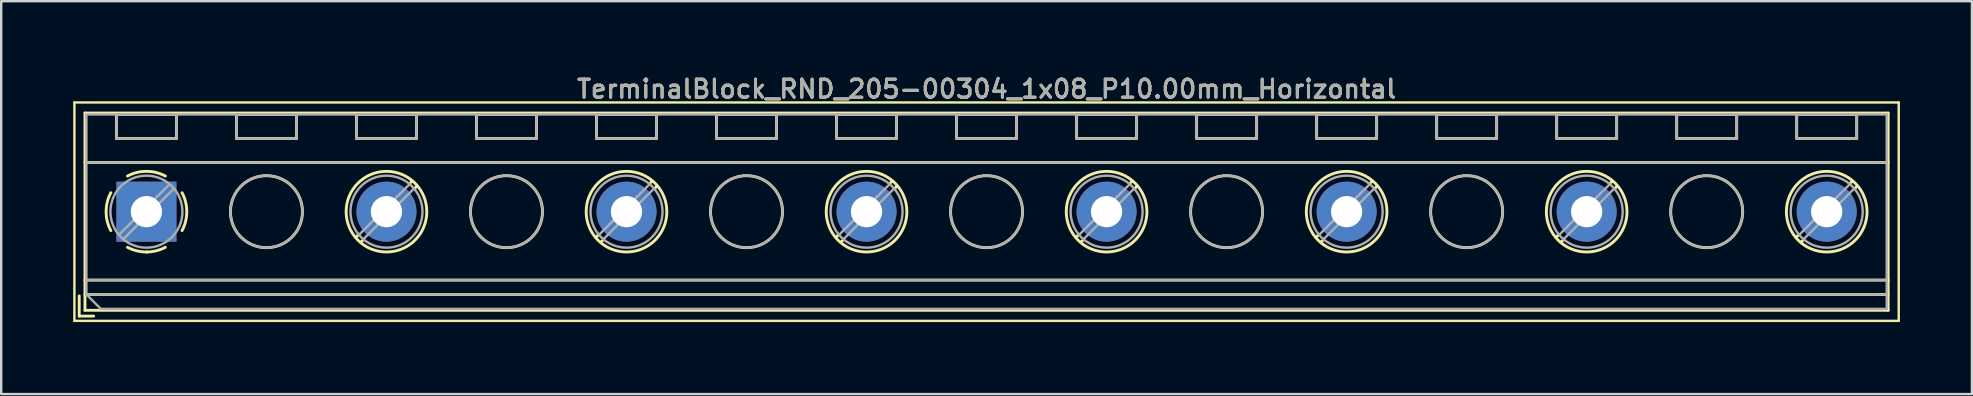
<source format=kicad_pcb>
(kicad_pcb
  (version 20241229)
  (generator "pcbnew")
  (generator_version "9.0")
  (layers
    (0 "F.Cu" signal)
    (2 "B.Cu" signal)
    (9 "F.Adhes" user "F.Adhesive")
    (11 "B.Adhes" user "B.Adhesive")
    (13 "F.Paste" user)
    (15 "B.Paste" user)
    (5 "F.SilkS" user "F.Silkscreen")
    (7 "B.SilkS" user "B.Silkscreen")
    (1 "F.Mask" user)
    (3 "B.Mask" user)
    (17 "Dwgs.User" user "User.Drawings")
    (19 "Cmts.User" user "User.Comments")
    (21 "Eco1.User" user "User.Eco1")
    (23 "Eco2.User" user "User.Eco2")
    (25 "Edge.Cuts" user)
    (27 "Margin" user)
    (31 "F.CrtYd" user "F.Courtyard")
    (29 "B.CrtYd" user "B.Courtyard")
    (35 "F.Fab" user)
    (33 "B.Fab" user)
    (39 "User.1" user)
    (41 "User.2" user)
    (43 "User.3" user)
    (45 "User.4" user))
  (footprint "TerminalBlock_RND_205-00304_1x08_P10.00mm_Horizontal"
    (layer "F.Cu")
    (at 3.05 5.768)
    (property "Reference" "TerminalBlock_RND_205-00304_1x08_P10.00mm_Horizontal" (at 35 -5.11 0) (layer "F.SilkS") (effects (font (size 0.75 0.75) (thickness 0.125))))
    (attr through_hole)
    (fp_line (start -3 -4.55) (end -3 4.55) (stroke (width 0.1) (type solid)) (layer "F.SilkS"))
    (fp_line (start -3 4.55) (end 73 4.55) (stroke (width 0.1) (type solid)) (layer "F.SilkS"))
    (fp_line (start -2.8 3.51) (end -2.8 4.35) (stroke (width 0.12) (type solid)) (layer "F.SilkS"))
    (fp_line (start -2.8 4.35) (end -2.2 4.35) (stroke (width 0.12) (type solid)) (layer "F.SilkS"))
    (fp_line (start -2.56 -4.11) (end -2.56 4.11) (stroke (width 0.12) (type solid)) (layer "F.SilkS"))
    (fp_line (start -2.56 -4.11) (end 72.56 -4.11) (stroke (width 0.12) (type solid)) (layer "F.SilkS"))
    (fp_line (start -2.56 -2.05) (end 72.56 -2.05) (stroke (width 0.12) (type solid)) (layer "F.SilkS"))
    (fp_line (start -2.56 2.85) (end 72.56 2.85) (stroke (width 0.12) (type solid)) (layer "F.SilkS"))
    (fp_line (start -2.56 3.45) (end 72.56 3.45) (stroke (width 0.12) (type solid)) (layer "F.SilkS"))
    (fp_line (start -2.56 4.11) (end 72.56 4.11) (stroke (width 0.12) (type solid)) (layer "F.SilkS"))
    (fp_line (start -1.25 -4.05) (end -1.25 -3.05) (stroke (width 0.12) (type solid)) (layer "F.SilkS"))
    (fp_line (start -1.25 -4.05) (end 1.25 -4.05) (stroke (width 0.12) (type solid)) (layer "F.SilkS"))
    (fp_line (start -1.25 -3.05) (end 1.25 -3.05) (stroke (width 0.12) (type solid)) (layer "F.SilkS"))
    (fp_line (start 1.25 -4.05) (end 1.25 -3.05) (stroke (width 0.12) (type solid)) (layer "F.SilkS"))
    (fp_line (start 3.75 -4.05) (end 3.75 -3.05) (stroke (width 0.12) (type solid)) (layer "F.SilkS"))
    (fp_line (start 3.75 -4.05) (end 6.25 -4.05) (stroke (width 0.12) (type solid)) (layer "F.SilkS"))
    (fp_line (start 3.75 -3.05) (end 6.25 -3.05) (stroke (width 0.12) (type solid)) (layer "F.SilkS"))
    (fp_line (start 6.25 -4.05) (end 6.25 -3.05) (stroke (width 0.12) (type solid)) (layer "F.SilkS"))
    (fp_line (start 8.75 -4.05) (end 8.75 -3.05) (stroke (width 0.12) (type solid)) (layer "F.SilkS"))
    (fp_line (start 8.75 -4.05) (end 11.25 -4.05) (stroke (width 0.12) (type solid)) (layer "F.SilkS"))
    (fp_line (start 8.75 -3.05) (end 11.25 -3.05) (stroke (width 0.12) (type solid)) (layer "F.SilkS"))
    (fp_line (start 8.82 0.976) (end 8.726 1.069) (stroke (width 0.12) (type solid)) (layer "F.SilkS"))
    (fp_line (start 8.99 1.216) (end 8.931 1.274) (stroke (width 0.12) (type solid)) (layer "F.SilkS"))
    (fp_line (start 11.07 -1.275) (end 11.011 -1.216) (stroke (width 0.12) (type solid)) (layer "F.SilkS"))
    (fp_line (start 11.25 -4.05) (end 11.25 -3.05) (stroke (width 0.12) (type solid)) (layer "F.SilkS"))
    (fp_line (start 11.275 -1.069) (end 11.181 -0.976) (stroke (width 0.12) (type solid)) (layer "F.SilkS"))
    (fp_line (start 13.75 -4.05) (end 13.75 -3.05) (stroke (width 0.12) (type solid)) (layer "F.SilkS"))
    (fp_line (start 13.75 -4.05) (end 16.25 -4.05) (stroke (width 0.12) (type solid)) (layer "F.SilkS"))
    (fp_line (start 13.75 -3.05) (end 16.25 -3.05) (stroke (width 0.12) (type solid)) (layer "F.SilkS"))
    (fp_line (start 16.25 -4.05) (end 16.25 -3.05) (stroke (width 0.12) (type solid)) (layer "F.SilkS"))
    (fp_line (start 18.75 -4.05) (end 18.75 -3.05) (stroke (width 0.12) (type solid)) (layer "F.SilkS"))
    (fp_line (start 18.75 -4.05) (end 21.25 -4.05) (stroke (width 0.12) (type solid)) (layer "F.SilkS"))
    (fp_line (start 18.75 -3.05) (end 21.25 -3.05) (stroke (width 0.12) (type solid)) (layer "F.SilkS"))
    (fp_line (start 18.82 0.976) (end 18.726 1.069) (stroke (width 0.12) (type solid)) (layer "F.SilkS"))
    (fp_line (start 18.99 1.216) (end 18.931 1.274) (stroke (width 0.12) (type solid)) (layer "F.SilkS"))
    (fp_line (start 21.07 -1.275) (end 21.011 -1.216) (stroke (width 0.12) (type solid)) (layer "F.SilkS"))
    (fp_line (start 21.25 -4.05) (end 21.25 -3.05) (stroke (width 0.12) (type solid)) (layer "F.SilkS"))
    (fp_line (start 21.275 -1.069) (end 21.181 -0.976) (stroke (width 0.12) (type solid)) (layer "F.SilkS"))
    (fp_line (start 23.75 -4.05) (end 23.75 -3.05) (stroke (width 0.12) (type solid)) (layer "F.SilkS"))
    (fp_line (start 23.75 -4.05) (end 26.25 -4.05) (stroke (width 0.12) (type solid)) (layer "F.SilkS"))
    (fp_line (start 23.75 -3.05) (end 26.25 -3.05) (stroke (width 0.12) (type solid)) (layer "F.SilkS"))
    (fp_line (start 26.25 -4.05) (end 26.25 -3.05) (stroke (width 0.12) (type solid)) (layer "F.SilkS"))
    (fp_line (start 28.75 -4.05) (end 28.75 -3.05) (stroke (width 0.12) (type solid)) (layer "F.SilkS"))
    (fp_line (start 28.75 -4.05) (end 31.25 -4.05) (stroke (width 0.12) (type solid)) (layer "F.SilkS"))
    (fp_line (start 28.75 -3.05) (end 31.25 -3.05) (stroke (width 0.12) (type solid)) (layer "F.SilkS"))
    (fp_line (start 28.82 0.976) (end 28.726 1.069) (stroke (width 0.12) (type solid)) (layer "F.SilkS"))
    (fp_line (start 28.99 1.216) (end 28.931 1.274) (stroke (width 0.12) (type solid)) (layer "F.SilkS"))
    (fp_line (start 31.07 -1.275) (end 31.011 -1.216) (stroke (width 0.12) (type solid)) (layer "F.SilkS"))
    (fp_line (start 31.25 -4.05) (end 31.25 -3.05) (stroke (width 0.12) (type solid)) (layer "F.SilkS"))
    (fp_line (start 31.275 -1.069) (end 31.181 -0.976) (stroke (width 0.12) (type solid)) (layer "F.SilkS"))
    (fp_line (start 33.75 -4.05) (end 33.75 -3.05) (stroke (width 0.12) (type solid)) (layer "F.SilkS"))
    (fp_line (start 33.75 -4.05) (end 36.25 -4.05) (stroke (width 0.12) (type solid)) (layer "F.SilkS"))
    (fp_line (start 33.75 -3.05) (end 36.25 -3.05) (stroke (width 0.12) (type solid)) (layer "F.SilkS"))
    (fp_line (start 36.25 -4.05) (end 36.25 -3.05) (stroke (width 0.12) (type solid)) (layer "F.SilkS"))
    (fp_line (start 38.75 -4.05) (end 38.75 -3.05) (stroke (width 0.12) (type solid)) (layer "F.SilkS"))
    (fp_line (start 38.75 -4.05) (end 41.25 -4.05) (stroke (width 0.12) (type solid)) (layer "F.SilkS"))
    (fp_line (start 38.75 -3.05) (end 41.25 -3.05) (stroke (width 0.12) (type solid)) (layer "F.SilkS"))
    (fp_line (start 38.82 0.976) (end 38.726 1.069) (stroke (width 0.12) (type solid)) (layer "F.SilkS"))
    (fp_line (start 38.99 1.216) (end 38.931 1.274) (stroke (width 0.12) (type solid)) (layer "F.SilkS"))
    (fp_line (start 41.07 -1.275) (end 41.011 -1.216) (stroke (width 0.12) (type solid)) (layer "F.SilkS"))
    (fp_line (start 41.25 -4.05) (end 41.25 -3.05) (stroke (width 0.12) (type solid)) (layer "F.SilkS"))
    (fp_line (start 41.275 -1.069) (end 41.181 -0.976) (stroke (width 0.12) (type solid)) (layer "F.SilkS"))
    (fp_line (start 43.75 -4.05) (end 43.75 -3.05) (stroke (width 0.12) (type solid)) (layer "F.SilkS"))
    (fp_line (start 43.75 -4.05) (end 46.25 -4.05) (stroke (width 0.12) (type solid)) (layer "F.SilkS"))
    (fp_line (start 43.75 -3.05) (end 46.25 -3.05) (stroke (width 0.12) (type solid)) (layer "F.SilkS"))
    (fp_line (start 46.25 -4.05) (end 46.25 -3.05) (stroke (width 0.12) (type solid)) (layer "F.SilkS"))
    (fp_line (start 48.75 -4.05) (end 48.75 -3.05) (stroke (width 0.12) (type solid)) (layer "F.SilkS"))
    (fp_line (start 48.75 -4.05) (end 51.25 -4.05) (stroke (width 0.12) (type solid)) (layer "F.SilkS"))
    (fp_line (start 48.75 -3.05) (end 51.25 -3.05) (stroke (width 0.12) (type solid)) (layer "F.SilkS"))
    (fp_line (start 48.82 0.976) (end 48.726 1.069) (stroke (width 0.12) (type solid)) (layer "F.SilkS"))
    (fp_line (start 48.99 1.216) (end 48.931 1.274) (stroke (width 0.12) (type solid)) (layer "F.SilkS"))
    (fp_line (start 51.07 -1.275) (end 51.011 -1.216) (stroke (width 0.12) (type solid)) (layer "F.SilkS"))
    (fp_line (start 51.25 -4.05) (end 51.25 -3.05) (stroke (width 0.12) (type solid)) (layer "F.SilkS"))
    (fp_line (start 51.275 -1.069) (end 51.181 -0.976) (stroke (width 0.12) (type solid)) (layer "F.SilkS"))
    (fp_line (start 53.75 -4.05) (end 53.75 -3.05) (stroke (width 0.12) (type solid)) (layer "F.SilkS"))
    (fp_line (start 53.75 -4.05) (end 56.25 -4.05) (stroke (width 0.12) (type solid)) (layer "F.SilkS"))
    (fp_line (start 53.75 -3.05) (end 56.25 -3.05) (stroke (width 0.12) (type solid)) (layer "F.SilkS"))
    (fp_line (start 56.25 -4.05) (end 56.25 -3.05) (stroke (width 0.12) (type solid)) (layer "F.SilkS"))
    (fp_line (start 58.75 -4.05) (end 58.75 -3.05) (stroke (width 0.12) (type solid)) (layer "F.SilkS"))
    (fp_line (start 58.75 -4.05) (end 61.25 -4.05) (stroke (width 0.12) (type solid)) (layer "F.SilkS"))
    (fp_line (start 58.75 -3.05) (end 61.25 -3.05) (stroke (width 0.12) (type solid)) (layer "F.SilkS"))
    (fp_line (start 58.82 0.976) (end 58.726 1.069) (stroke (width 0.12) (type solid)) (layer "F.SilkS"))
    (fp_line (start 58.99 1.216) (end 58.931 1.274) (stroke (width 0.12) (type solid)) (layer "F.SilkS"))
    (fp_line (start 61.07 -1.275) (end 61.011 -1.216) (stroke (width 0.12) (type solid)) (layer "F.SilkS"))
    (fp_line (start 61.25 -4.05) (end 61.25 -3.05) (stroke (width 0.12) (type solid)) (layer "F.SilkS"))
    (fp_line (start 61.275 -1.069) (end 61.181 -0.976) (stroke (width 0.12) (type solid)) (layer "F.SilkS"))
    (fp_line (start 63.75 -4.05) (end 63.75 -3.05) (stroke (width 0.12) (type solid)) (layer "F.SilkS"))
    (fp_line (start 63.75 -4.05) (end 66.25 -4.05) (stroke (width 0.12) (type solid)) (layer "F.SilkS"))
    (fp_line (start 63.75 -3.05) (end 66.25 -3.05) (stroke (width 0.12) (type solid)) (layer "F.SilkS"))
    (fp_line (start 66.25 -4.05) (end 66.25 -3.05) (stroke (width 0.12) (type solid)) (layer "F.SilkS"))
    (fp_line (start 68.75 -4.05) (end 68.75 -3.05) (stroke (width 0.12) (type solid)) (layer "F.SilkS"))
    (fp_line (start 68.75 -4.05) (end 71.25 -4.05) (stroke (width 0.12) (type solid)) (layer "F.SilkS"))
    (fp_line (start 68.75 -3.05) (end 71.25 -3.05) (stroke (width 0.12) (type solid)) (layer "F.SilkS"))
    (fp_line (start 68.82 0.976) (end 68.726 1.069) (stroke (width 0.12) (type solid)) (layer "F.SilkS"))
    (fp_line (start 68.99 1.216) (end 68.931 1.274) (stroke (width 0.12) (type solid)) (layer "F.SilkS"))
    (fp_line (start 71.07 -1.275) (end 71.011 -1.216) (stroke (width 0.12) (type solid)) (layer "F.SilkS"))
    (fp_line (start 71.25 -4.05) (end 71.25 -3.05) (stroke (width 0.12) (type solid)) (layer "F.SilkS"))
    (fp_line (start 71.275 -1.069) (end 71.181 -0.976) (stroke (width 0.12) (type solid)) (layer "F.SilkS"))
    (fp_line (start 72.56 -4.11) (end 72.56 4.11) (stroke (width 0.12) (type solid)) (layer "F.SilkS"))
    (fp_line (start 73 -4.55) (end -3 -4.55) (stroke (width 0.1) (type solid)) (layer "F.SilkS"))
    (fp_line (start 73 4.55) (end 73 -4.55) (stroke (width 0.1) (type solid)) (layer "F.SilkS"))
    (fp_arc (start -1.483953 0.789089) (mid -1.680708 0.00005) (end -1.484 -0.789) (stroke (width 0.12) (type solid)) (layer "F.SilkS"))
    (fp_arc (start -0.789089 -1.483953) (mid -0.00005 -1.680708) (end 0.789 -1.484) (stroke (width 0.12) (type solid)) (layer "F.SilkS"))
    (fp_arc (start 0.029383 1.68045) (mid -0.392304 1.634281) (end -0.789 1.484) (stroke (width 0.12) (type solid)) (layer "F.SilkS"))
    (fp_arc (start 0.788712 1.483352) (mid 0.406429 1.630097) (end 0 1.68) (stroke (width 0.12) (type solid)) (layer "F.SilkS"))
    (fp_arc (start 1.483953 -0.789089) (mid 1.680708 -0.00005) (end 1.484 0.789) (stroke (width 0.12) (type solid)) (layer "F.SilkS"))
    (fp_circle (center 5 0) (end 6.5 0) (stroke (width 0.12) (type solid)) (fill no) (layer "F.SilkS"))
    (fp_circle (center 10 0) (end 11.68 0) (stroke (width 0.12) (type solid)) (fill no) (layer "F.SilkS"))
    (fp_circle (center 15 0) (end 16.5 0) (stroke (width 0.12) (type solid)) (fill no) (layer "F.SilkS"))
    (fp_circle (center 20 0) (end 21.68 0) (stroke (width 0.12) (type solid)) (fill no) (layer "F.SilkS"))
    (fp_circle (center 25 0) (end 26.5 0) (stroke (width 0.12) (type solid)) (fill no) (layer "F.SilkS"))
    (fp_circle (center 30 0) (end 31.68 0) (stroke (width 0.12) (type solid)) (fill no) (layer "F.SilkS"))
    (fp_circle (center 35 0) (end 36.5 0) (stroke (width 0.12) (type solid)) (fill no) (layer "F.SilkS"))
    (fp_circle (center 40 0) (end 41.68 0) (stroke (width 0.12) (type solid)) (fill no) (layer "F.SilkS"))
    (fp_circle (center 45 0) (end 46.5 0) (stroke (width 0.12) (type solid)) (fill no) (layer "F.SilkS"))
    (fp_circle (center 50 0) (end 51.68 0) (stroke (width 0.12) (type solid)) (fill no) (layer "F.SilkS"))
    (fp_circle (center 55 0) (end 56.5 0) (stroke (width 0.12) (type solid)) (fill no) (layer "F.SilkS"))
    (fp_circle (center 60 0) (end 61.68 0) (stroke (width 0.12) (type solid)) (fill no) (layer "F.SilkS"))
    (fp_circle (center 65 0) (end 66.5 0) (stroke (width 0.12) (type solid)) (fill no) (layer "F.SilkS"))
    (fp_circle (center 70 0) (end 71.68 0) (stroke (width 0.12) (type solid)) (fill no) (layer "F.SilkS"))
    (fp_line (start -2.5 -4.05) (end 72.5 -4.05) (stroke (width 0.1) (type solid)) (layer "F.Fab"))
    (fp_line (start -2.5 -2.05) (end 72.5 -2.05) (stroke (width 0.1) (type solid)) (layer "F.Fab"))
    (fp_line (start -2.5 2.85) (end 72.5 2.85) (stroke (width 0.1) (type solid)) (layer "F.Fab"))
    (fp_line (start -2.5 3.45) (end -2.5 -4.05) (stroke (width 0.1) (type solid)) (layer "F.Fab"))
    (fp_line (start -2.5 3.45) (end 72.5 3.45) (stroke (width 0.1) (type solid)) (layer "F.Fab"))
    (fp_line (start -1.9 4.05) (end -2.5 3.45) (stroke (width 0.1) (type solid)) (layer "F.Fab"))
    (fp_line (start -1.25 -4.05) (end -1.25 -3.05) (stroke (width 0.1) (type solid)) (layer "F.Fab"))
    (fp_line (start -1.25 -3.05) (end 1.25 -3.05) (stroke (width 0.1) (type solid)) (layer "F.Fab"))
    (fp_line (start 0.955 -1.138) (end -1.138 0.955) (stroke (width 0.1) (type solid)) (layer "F.Fab"))
    (fp_line (start 1.138 -0.955) (end -0.955 1.138) (stroke (width 0.1) (type solid)) (layer "F.Fab"))
    (fp_line (start 1.25 -4.05) (end -1.25 -4.05) (stroke (width 0.1) (type solid)) (layer "F.Fab"))
    (fp_line (start 1.25 -3.05) (end 1.25 -4.05) (stroke (width 0.1) (type solid)) (layer "F.Fab"))
    (fp_line (start 3.75 -4.05) (end 3.75 -3.05) (stroke (width 0.1) (type solid)) (layer "F.Fab"))
    (fp_line (start 3.75 -3.05) (end 6.25 -3.05) (stroke (width 0.1) (type solid)) (layer "F.Fab"))
    (fp_line (start 6.25 -4.05) (end 3.75 -4.05) (stroke (width 0.1) (type solid)) (layer "F.Fab"))
    (fp_line (start 6.25 -3.05) (end 6.25 -4.05) (stroke (width 0.1) (type solid)) (layer "F.Fab"))
    (fp_line (start 8.75 -4.05) (end 8.75 -3.05) (stroke (width 0.1) (type solid)) (layer "F.Fab"))
    (fp_line (start 8.75 -3.05) (end 11.25 -3.05) (stroke (width 0.1) (type solid)) (layer "F.Fab"))
    (fp_line (start 10.955 -1.138) (end 8.863 0.955) (stroke (width 0.1) (type solid)) (layer "F.Fab"))
    (fp_line (start 11.138 -0.955) (end 9.046 1.138) (stroke (width 0.1) (type solid)) (layer "F.Fab"))
    (fp_line (start 11.25 -4.05) (end 8.75 -4.05) (stroke (width 0.1) (type solid)) (layer "F.Fab"))
    (fp_line (start 11.25 -3.05) (end 11.25 -4.05) (stroke (width 0.1) (type solid)) (layer "F.Fab"))
    (fp_line (start 13.75 -4.05) (end 13.75 -3.05) (stroke (width 0.1) (type solid)) (layer "F.Fab"))
    (fp_line (start 13.75 -3.05) (end 16.25 -3.05) (stroke (width 0.1) (type solid)) (layer "F.Fab"))
    (fp_line (start 16.25 -4.05) (end 13.75 -4.05) (stroke (width 0.1) (type solid)) (layer "F.Fab"))
    (fp_line (start 16.25 -3.05) (end 16.25 -4.05) (stroke (width 0.1) (type solid)) (layer "F.Fab"))
    (fp_line (start 18.75 -4.05) (end 18.75 -3.05) (stroke (width 0.1) (type solid)) (layer "F.Fab"))
    (fp_line (start 18.75 -3.05) (end 21.25 -3.05) (stroke (width 0.1) (type solid)) (layer "F.Fab"))
    (fp_line (start 20.955 -1.138) (end 18.863 0.955) (stroke (width 0.1) (type solid)) (layer "F.Fab"))
    (fp_line (start 21.138 -0.955) (end 19.046 1.138) (stroke (width 0.1) (type solid)) (layer "F.Fab"))
    (fp_line (start 21.25 -4.05) (end 18.75 -4.05) (stroke (width 0.1) (type solid)) (layer "F.Fab"))
    (fp_line (start 21.25 -3.05) (end 21.25 -4.05) (stroke (width 0.1) (type solid)) (layer "F.Fab"))
    (fp_line (start 23.75 -4.05) (end 23.75 -3.05) (stroke (width 0.1) (type solid)) (layer "F.Fab"))
    (fp_line (start 23.75 -3.05) (end 26.25 -3.05) (stroke (width 0.1) (type solid)) (layer "F.Fab"))
    (fp_line (start 26.25 -4.05) (end 23.75 -4.05) (stroke (width 0.1) (type solid)) (layer "F.Fab"))
    (fp_line (start 26.25 -3.05) (end 26.25 -4.05) (stroke (width 0.1) (type solid)) (layer "F.Fab"))
    (fp_line (start 28.75 -4.05) (end 28.75 -3.05) (stroke (width 0.1) (type solid)) (layer "F.Fab"))
    (fp_line (start 28.75 -3.05) (end 31.25 -3.05) (stroke (width 0.1) (type solid)) (layer "F.Fab"))
    (fp_line (start 30.955 -1.138) (end 28.863 0.955) (stroke (width 0.1) (type solid)) (layer "F.Fab"))
    (fp_line (start 31.138 -0.955) (end 29.046 1.138) (stroke (width 0.1) (type solid)) (layer "F.Fab"))
    (fp_line (start 31.25 -4.05) (end 28.75 -4.05) (stroke (width 0.1) (type solid)) (layer "F.Fab"))
    (fp_line (start 31.25 -3.05) (end 31.25 -4.05) (stroke (width 0.1) (type solid)) (layer "F.Fab"))
    (fp_line (start 33.75 -4.05) (end 33.75 -3.05) (stroke (width 0.1) (type solid)) (layer "F.Fab"))
    (fp_line (start 33.75 -3.05) (end 36.25 -3.05) (stroke (width 0.1) (type solid)) (layer "F.Fab"))
    (fp_line (start 36.25 -4.05) (end 33.75 -4.05) (stroke (width 0.1) (type solid)) (layer "F.Fab"))
    (fp_line (start 36.25 -3.05) (end 36.25 -4.05) (stroke (width 0.1) (type solid)) (layer "F.Fab"))
    (fp_line (start 38.75 -4.05) (end 38.75 -3.05) (stroke (width 0.1) (type solid)) (layer "F.Fab"))
    (fp_line (start 38.75 -3.05) (end 41.25 -3.05) (stroke (width 0.1) (type solid)) (layer "F.Fab"))
    (fp_line (start 40.955 -1.138) (end 38.863 0.955) (stroke (width 0.1) (type solid)) (layer "F.Fab"))
    (fp_line (start 41.138 -0.955) (end 39.046 1.138) (stroke (width 0.1) (type solid)) (layer "F.Fab"))
    (fp_line (start 41.25 -4.05) (end 38.75 -4.05) (stroke (width 0.1) (type solid)) (layer "F.Fab"))
    (fp_line (start 41.25 -3.05) (end 41.25 -4.05) (stroke (width 0.1) (type solid)) (layer "F.Fab"))
    (fp_line (start 43.75 -4.05) (end 43.75 -3.05) (stroke (width 0.1) (type solid)) (layer "F.Fab"))
    (fp_line (start 43.75 -3.05) (end 46.25 -3.05) (stroke (width 0.1) (type solid)) (layer "F.Fab"))
    (fp_line (start 46.25 -4.05) (end 43.75 -4.05) (stroke (width 0.1) (type solid)) (layer "F.Fab"))
    (fp_line (start 46.25 -3.05) (end 46.25 -4.05) (stroke (width 0.1) (type solid)) (layer "F.Fab"))
    (fp_line (start 48.75 -4.05) (end 48.75 -3.05) (stroke (width 0.1) (type solid)) (layer "F.Fab"))
    (fp_line (start 48.75 -3.05) (end 51.25 -3.05) (stroke (width 0.1) (type solid)) (layer "F.Fab"))
    (fp_line (start 50.955 -1.138) (end 48.863 0.955) (stroke (width 0.1) (type solid)) (layer "F.Fab"))
    (fp_line (start 51.138 -0.955) (end 49.046 1.138) (stroke (width 0.1) (type solid)) (layer "F.Fab"))
    (fp_line (start 51.25 -4.05) (end 48.75 -4.05) (stroke (width 0.1) (type solid)) (layer "F.Fab"))
    (fp_line (start 51.25 -3.05) (end 51.25 -4.05) (stroke (width 0.1) (type solid)) (layer "F.Fab"))
    (fp_line (start 53.75 -4.05) (end 53.75 -3.05) (stroke (width 0.1) (type solid)) (layer "F.Fab"))
    (fp_line (start 53.75 -3.05) (end 56.25 -3.05) (stroke (width 0.1) (type solid)) (layer "F.Fab"))
    (fp_line (start 56.25 -4.05) (end 53.75 -4.05) (stroke (width 0.1) (type solid)) (layer "F.Fab"))
    (fp_line (start 56.25 -3.05) (end 56.25 -4.05) (stroke (width 0.1) (type solid)) (layer "F.Fab"))
    (fp_line (start 58.75 -4.05) (end 58.75 -3.05) (stroke (width 0.1) (type solid)) (layer "F.Fab"))
    (fp_line (start 58.75 -3.05) (end 61.25 -3.05) (stroke (width 0.1) (type solid)) (layer "F.Fab"))
    (fp_line (start 60.955 -1.138) (end 58.863 0.955) (stroke (width 0.1) (type solid)) (layer "F.Fab"))
    (fp_line (start 61.138 -0.955) (end 59.046 1.138) (stroke (width 0.1) (type solid)) (layer "F.Fab"))
    (fp_line (start 61.25 -4.05) (end 58.75 -4.05) (stroke (width 0.1) (type solid)) (layer "F.Fab"))
    (fp_line (start 61.25 -3.05) (end 61.25 -4.05) (stroke (width 0.1) (type solid)) (layer "F.Fab"))
    (fp_line (start 63.75 -4.05) (end 63.75 -3.05) (stroke (width 0.1) (type solid)) (layer "F.Fab"))
    (fp_line (start 63.75 -3.05) (end 66.25 -3.05) (stroke (width 0.1) (type solid)) (layer "F.Fab"))
    (fp_line (start 66.25 -4.05) (end 63.75 -4.05) (stroke (width 0.1) (type solid)) (layer "F.Fab"))
    (fp_line (start 66.25 -3.05) (end 66.25 -4.05) (stroke (width 0.1) (type solid)) (layer "F.Fab"))
    (fp_line (start 68.75 -4.05) (end 68.75 -3.05) (stroke (width 0.1) (type solid)) (layer "F.Fab"))
    (fp_line (start 68.75 -3.05) (end 71.25 -3.05) (stroke (width 0.1) (type solid)) (layer "F.Fab"))
    (fp_line (start 70.955 -1.138) (end 68.863 0.955) (stroke (width 0.1) (type solid)) (layer "F.Fab"))
    (fp_line (start 71.138 -0.955) (end 69.046 1.138) (stroke (width 0.1) (type solid)) (layer "F.Fab"))
    (fp_line (start 71.25 -4.05) (end 68.75 -4.05) (stroke (width 0.1) (type solid)) (layer "F.Fab"))
    (fp_line (start 71.25 -3.05) (end 71.25 -4.05) (stroke (width 0.1) (type solid)) (layer "F.Fab"))
    (fp_line (start 72.5 -4.05) (end 72.5 4.05) (stroke (width 0.1) (type solid)) (layer "F.Fab"))
    (fp_line (start 72.5 4.05) (end -1.9 4.05) (stroke (width 0.1) (type solid)) (layer "F.Fab"))
    (fp_circle (center 0 0) (end 1.5 0) (stroke (width 0.1) (type solid)) (fill no) (layer "F.Fab"))
    (fp_circle (center 5 0) (end 6.5 0) (stroke (width 0.1) (type solid)) (fill no) (layer "F.Fab"))
    (fp_circle (center 10 0) (end 11.5 0) (stroke (width 0.1) (type solid)) (fill no) (layer "F.Fab"))
    (fp_circle (center 15 0) (end 16.5 0) (stroke (width 0.1) (type solid)) (fill no) (layer "F.Fab"))
    (fp_circle (center 20 0) (end 21.5 0) (stroke (width 0.1) (type solid)) (fill no) (layer "F.Fab"))
    (fp_circle (center 25 0) (end 26.5 0) (stroke (width 0.1) (type solid)) (fill no) (layer "F.Fab"))
    (fp_circle (center 30 0) (end 31.5 0) (stroke (width 0.1) (type solid)) (fill no) (layer "F.Fab"))
    (fp_circle (center 35 0) (end 36.5 0) (stroke (width 0.1) (type solid)) (fill no) (layer "F.Fab"))
    (fp_circle (center 40 0) (end 41.5 0) (stroke (width 0.1) (type solid)) (fill no) (layer "F.Fab"))
    (fp_circle (center 45 0) (end 46.5 0) (stroke (width 0.1) (type solid)) (fill no) (layer "F.Fab"))
    (fp_circle (center 50 0) (end 51.5 0) (stroke (width 0.1) (type solid)) (fill no) (layer "F.Fab"))
    (fp_circle (center 55 0) (end 56.5 0) (stroke (width 0.1) (type solid)) (fill no) (layer "F.Fab"))
    (fp_circle (center 60 0) (end 61.5 0) (stroke (width 0.1) (type solid)) (fill no) (layer "F.Fab"))
    (fp_circle (center 65 0) (end 66.5 0) (stroke (width 0.1) (type solid)) (fill no) (layer "F.Fab"))
    (fp_circle (center 70 0) (end 71.5 0) (stroke (width 0.1) (type solid)) (fill no) (layer "F.Fab"))
    (fp_text user "${REFERENCE}" (at 35 -5.11 0) (layer "F.Fab") (effects (font (size 0.75 0.75) (thickness 0.125))))
    (pad "1" thru_hole rect (at 0 0) (size 2.5 2.5) (drill 1.3) (layers "*.Cu" "*.Mask"))
    (pad "2" thru_hole circle (at 10 0) (size 2.5 2.5) (drill 1.3) (layers "*.Cu" "*.Mask"))
    (pad "3" thru_hole circle (at 20 0) (size 2.5 2.5) (drill 1.3) (layers "*.Cu" "*.Mask"))
    (pad "4" thru_hole circle (at 30 0) (size 2.5 2.5) (drill 1.3) (layers "*.Cu" "*.Mask"))
    (pad "5" thru_hole circle (at 40 0) (size 2.5 2.5) (drill 1.3) (layers "*.Cu" "*.Mask"))
    (pad "6" thru_hole circle (at 50 0) (size 2.5 2.5) (drill 1.3) (layers "*.Cu" "*.Mask"))
    (pad "7" thru_hole circle (at 60 0) (size 2.5 2.5) (drill 1.3) (layers "*.Cu" "*.Mask"))
    (pad "8" thru_hole circle (at 70 0) (size 2.5 2.5) (drill 1.3) (layers "*.Cu" "*.Mask")))
  (gr_rect
    (start -3 -3)
    (end 79.1 13.368)
    (stroke (width 0.1) (type default))
    (fill no)
    (layer "Edge.Cuts")))
</source>
